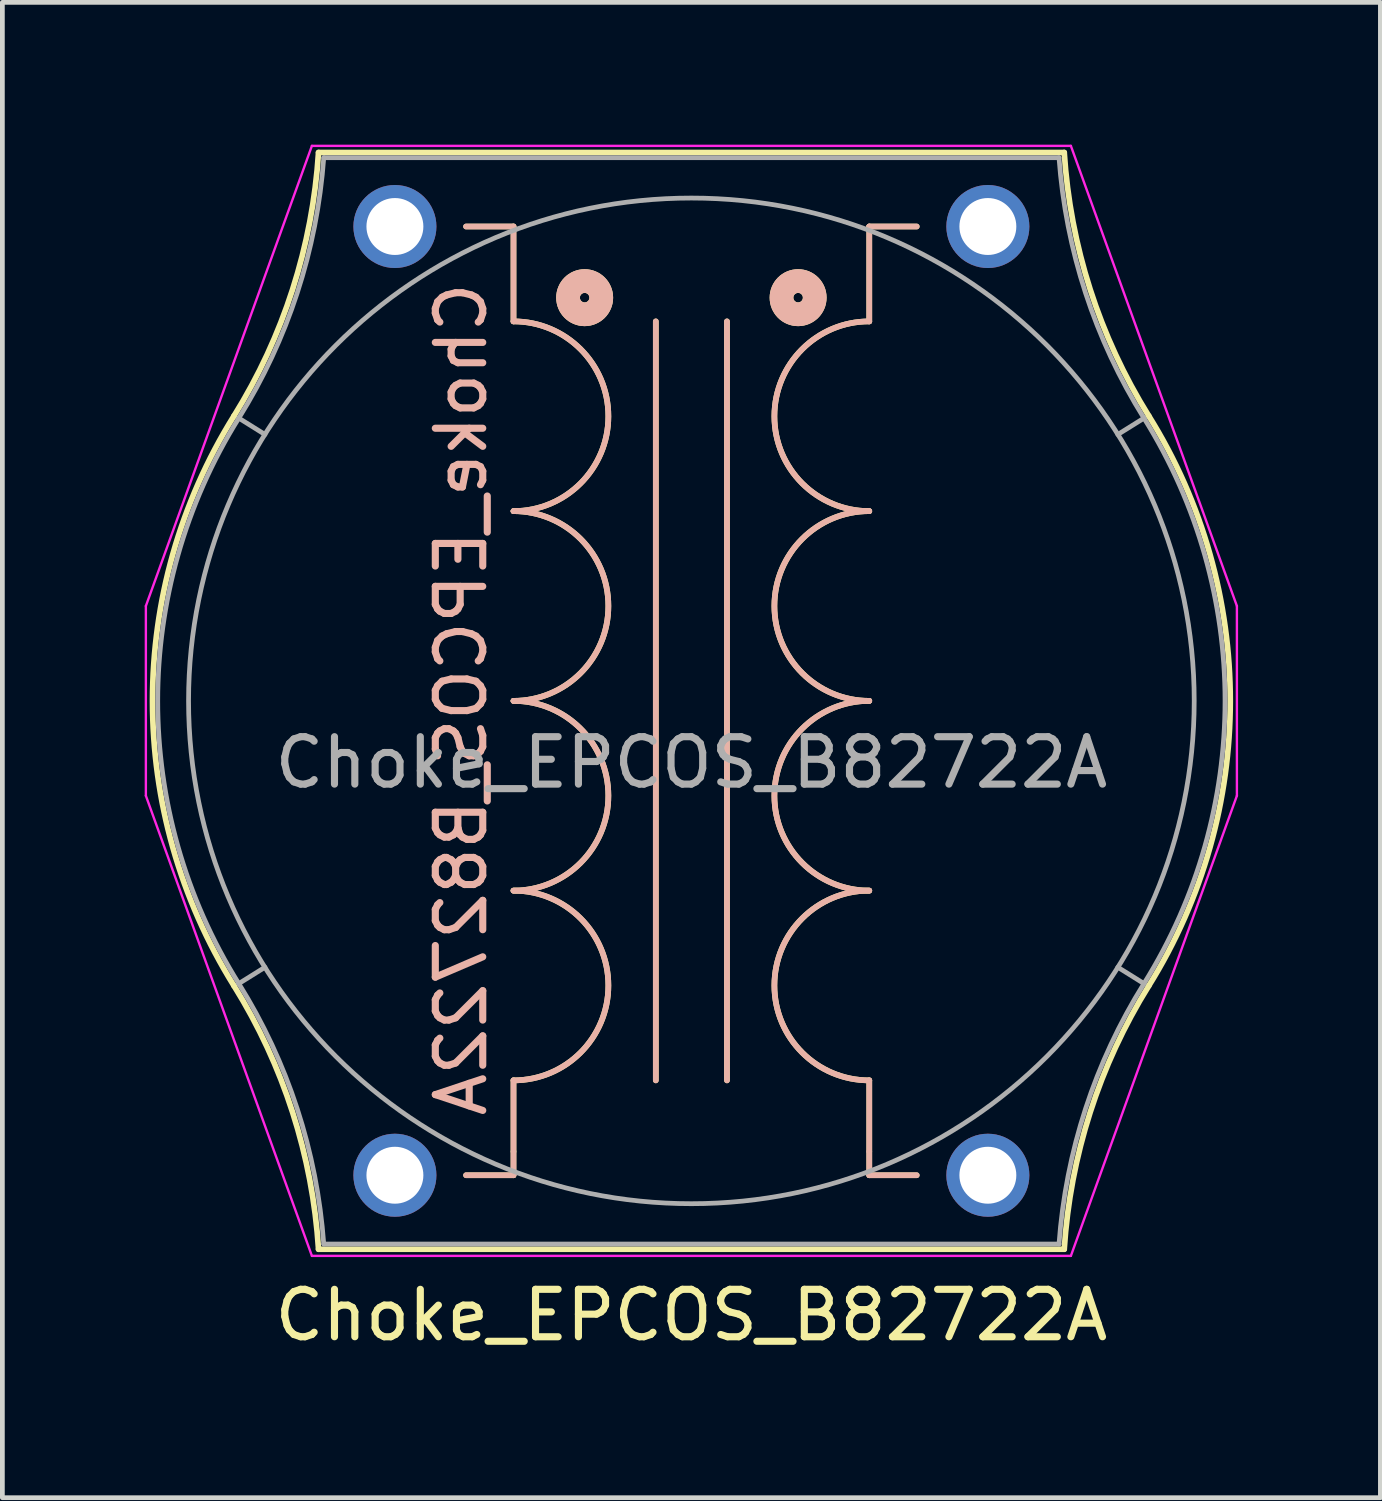
<source format=kicad_pcb>
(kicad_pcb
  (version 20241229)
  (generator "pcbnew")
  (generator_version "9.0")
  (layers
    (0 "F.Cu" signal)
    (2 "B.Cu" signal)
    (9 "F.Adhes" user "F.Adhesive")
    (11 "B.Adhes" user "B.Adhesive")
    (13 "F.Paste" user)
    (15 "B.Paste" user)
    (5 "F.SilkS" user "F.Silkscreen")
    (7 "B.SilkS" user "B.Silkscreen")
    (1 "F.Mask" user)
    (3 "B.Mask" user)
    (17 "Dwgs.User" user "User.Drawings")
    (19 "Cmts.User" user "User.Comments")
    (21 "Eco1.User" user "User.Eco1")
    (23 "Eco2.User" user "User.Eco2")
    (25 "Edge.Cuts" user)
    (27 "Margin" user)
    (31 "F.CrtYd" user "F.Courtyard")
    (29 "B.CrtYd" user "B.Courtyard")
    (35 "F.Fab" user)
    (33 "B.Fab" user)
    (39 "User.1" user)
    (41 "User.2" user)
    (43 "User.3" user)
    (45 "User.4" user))
  (footprint "Choke_EPCOS_B82722A"
    (layer "F.Cu")
    (at 5.275 21.725)
    (property "Reference" "Choke_EPCOS_B82722A" (at 6.25 2.95 180) (layer "F.SilkS") (effects (font (size 1 1) (thickness 0.15))))
    (attr through_hole)
    (fp_line (start -1.61 -21.56) (end 14.11 -21.56) (stroke (width 0.12) (type solid)) (layer "F.SilkS"))
    (fp_line (start -1.61 1.56) (end 14.11 1.56) (stroke (width 0.12) (type solid)) (layer "F.SilkS"))
    (fp_line (start 2.5 -20) (end 1.5 -20) (stroke (width 0.12) (type solid)) (layer "F.SilkS"))
    (fp_line (start 2.5 -18) (end 2.5 -20) (stroke (width 0.12) (type solid)) (layer "F.SilkS"))
    (fp_line (start 2.5 -2) (end 2.5 -0.5) (stroke (width 0.12) (type solid)) (layer "F.SilkS"))
    (fp_line (start 2.5 -0.5) (end 2.5 0) (stroke (width 0.12) (type solid)) (layer "F.SilkS"))
    (fp_line (start 2.5 0) (end 1.5 0) (stroke (width 0.12) (type solid)) (layer "F.SilkS"))
    (fp_line (start 5.5 -2) (end 5.5 -18) (stroke (width 0.12) (type solid)) (layer "F.SilkS"))
    (fp_line (start 7 -18) (end 7 -2) (stroke (width 0.12) (type solid)) (layer "F.SilkS"))
    (fp_line (start 10 -20) (end 11 -20) (stroke (width 0.12) (type solid)) (layer "F.SilkS"))
    (fp_line (start 10 -18) (end 10 -20) (stroke (width 0.12) (type solid)) (layer "F.SilkS"))
    (fp_line (start 10 -2) (end 10 0) (stroke (width 0.12) (type solid)) (layer "F.SilkS"))
    (fp_line (start 10 0) (end 11 0) (stroke (width 0.12) (type solid)) (layer "F.SilkS"))
    (fp_arc (start -3.392046 -3.993291) (mid -5.11 -10) (end -3.392046 -16.006709) (stroke (width 0.12) (type solid)) (layer "F.SilkS"))
    (fp_arc (start -3.392046 -3.993291) (mid -2.156889 -1.327078) (end -1.61 1.56) (stroke (width 0.12) (type solid)) (layer "F.SilkS"))
    (fp_arc (start -1.61 -21.56) (mid -2.156888 -18.672922) (end -3.392046 -16.006709) (stroke (width 0.12) (type solid)) (layer "F.SilkS"))
    (fp_arc (start 2.5 -18) (mid 4.5 -16) (end 2.5 -14) (stroke (width 0.12) (type solid)) (layer "F.SilkS"))
    (fp_arc (start 2.5 -14) (mid 4.5 -12) (end 2.5 -10) (stroke (width 0.12) (type solid)) (layer "F.SilkS"))
    (fp_arc (start 2.5 -10) (mid 4.5 -8) (end 2.5 -6) (stroke (width 0.12) (type solid)) (layer "F.SilkS"))
    (fp_arc (start 2.5 -6) (mid 4.5 -4) (end 2.5 -2) (stroke (width 0.12) (type solid)) (layer "F.SilkS"))
    (fp_arc (start 10 -14) (mid 8 -16) (end 10 -18) (stroke (width 0.12) (type solid)) (layer "F.SilkS"))
    (fp_arc (start 10 -10) (mid 8 -12) (end 10 -14) (stroke (width 0.12) (type solid)) (layer "F.SilkS"))
    (fp_arc (start 10 -6) (mid 8 -8) (end 10 -10) (stroke (width 0.12) (type solid)) (layer "F.SilkS"))
    (fp_arc (start 10 -2) (mid 8 -4) (end 10 -6) (stroke (width 0.12) (type solid)) (layer "F.SilkS"))
    (fp_arc (start 14.109999 1.56) (mid 14.656887 -1.327078) (end 15.892045 -3.993291) (stroke (width 0.12) (type solid)) (layer "F.SilkS"))
    (fp_arc (start 15.892045 -16.006709) (mid 17.609999 -10) (end 15.892045 -3.993291) (stroke (width 0.12) (type solid)) (layer "F.SilkS"))
    (fp_arc (start 15.892046 -16.00671) (mid 14.656889 -18.672923) (end 14.11 -21.56) (stroke (width 0.12) (type solid)) (layer "F.SilkS"))
    (fp_circle (center 4 -18.5) (end 4.1 -18.5) (stroke (width 0.5) (type solid)) (fill no) (layer "F.SilkS"))
    (fp_circle (center 8.5 -18.5) (end 8.6 -18.5) (stroke (width 0.5) (type solid)) (fill no) (layer "F.SilkS"))
    (fp_line (start 2.5 -20) (end 1.5 -20) (stroke (width 0.12) (type solid)) (layer "B.SilkS"))
    (fp_line (start 2.5 -18) (end 2.5 -20) (stroke (width 0.12) (type solid)) (layer "B.SilkS"))
    (fp_line (start 2.5 -2) (end 2.5 0) (stroke (width 0.12) (type solid)) (layer "B.SilkS"))
    (fp_line (start 2.5 0) (end 1.5 0) (stroke (width 0.12) (type solid)) (layer "B.SilkS"))
    (fp_line (start 5.5 -18) (end 5.5 -2) (stroke (width 0.12) (type solid)) (layer "B.SilkS"))
    (fp_line (start 7 -2) (end 7 -18) (stroke (width 0.12) (type solid)) (layer "B.SilkS"))
    (fp_line (start 10 -20) (end 11 -20) (stroke (width 0.12) (type solid)) (layer "B.SilkS"))
    (fp_line (start 10 -18) (end 10 -20) (stroke (width 0.12) (type solid)) (layer "B.SilkS"))
    (fp_line (start 10 -2) (end 10 -0.5) (stroke (width 0.12) (type solid)) (layer "B.SilkS"))
    (fp_line (start 10 -0.5) (end 10 0) (stroke (width 0.12) (type solid)) (layer "B.SilkS"))
    (fp_line (start 10 0) (end 11 0) (stroke (width 0.12) (type solid)) (layer "B.SilkS"))
    (fp_arc (start 2.5 -18) (mid 4.5 -16) (end 2.5 -14) (stroke (width 0.12) (type solid)) (layer "B.SilkS"))
    (fp_arc (start 2.5 -14) (mid 4.5 -12) (end 2.5 -10) (stroke (width 0.12) (type solid)) (layer "B.SilkS"))
    (fp_arc (start 2.5 -10) (mid 4.5 -8) (end 2.5 -6) (stroke (width 0.12) (type solid)) (layer "B.SilkS"))
    (fp_arc (start 2.5 -6) (mid 4.5 -4) (end 2.5 -2) (stroke (width 0.12) (type solid)) (layer "B.SilkS"))
    (fp_arc (start 10 -14) (mid 8 -16) (end 10 -18) (stroke (width 0.12) (type solid)) (layer "B.SilkS"))
    (fp_arc (start 10 -10) (mid 8 -12) (end 10 -14) (stroke (width 0.12) (type solid)) (layer "B.SilkS"))
    (fp_arc (start 10 -6) (mid 8 -8) (end 10 -10) (stroke (width 0.12) (type solid)) (layer "B.SilkS"))
    (fp_arc (start 10 -2) (mid 8 -4) (end 10 -6) (stroke (width 0.12) (type solid)) (layer "B.SilkS"))
    (fp_circle (center 4 -18.5) (end 3.9 -18.5) (stroke (width 0.5) (type solid)) (fill no) (layer "B.SilkS"))
    (fp_circle (center 8.5 -18.5) (end 8.4 -18.5) (stroke (width 0.5) (type solid)) (fill no) (layer "B.SilkS"))
    (fp_line (start -5.25 -12) (end -5.25 -8) (stroke (width 0.05) (type solid)) (layer "F.CrtYd"))
    (fp_line (start -5.25 -8) (end -1.75 1.7) (stroke (width 0.05) (type solid)) (layer "F.CrtYd"))
    (fp_line (start -1.75 -21.7) (end -5.25 -12) (stroke (width 0.05) (type solid)) (layer "F.CrtYd"))
    (fp_line (start -1.75 -21.7) (end 14.25 -21.7) (stroke (width 0.05) (type solid)) (layer "F.CrtYd"))
    (fp_line (start -1.75 1.7) (end 14.25 1.7) (stroke (width 0.05) (type solid)) (layer "F.CrtYd"))
    (fp_line (start 14.25 -21.7) (end 17.75 -12) (stroke (width 0.05) (type solid)) (layer "F.CrtYd"))
    (fp_line (start 17.75 -12) (end 17.75 -8) (stroke (width 0.05) (type solid)) (layer "F.CrtYd"))
    (fp_line (start 17.75 -8) (end 14.25 1.7) (stroke (width 0.05) (type solid)) (layer "F.CrtYd"))
    (fp_line (start -3.291 -4.04) (end -2.74 -4.384) (stroke (width 0.1) (type solid)) (layer "F.Fab"))
    (fp_line (start -2.74 -15.616) (end -3.291 -15.96) (stroke (width 0.1) (type solid)) (layer "F.Fab"))
    (fp_line (start -1.5 -21.45) (end 14 -21.45) (stroke (width 0.1) (type solid)) (layer "F.Fab"))
    (fp_line (start -1.5 1.45) (end 14 1.45) (stroke (width 0.1) (type solid)) (layer "F.Fab"))
    (fp_line (start 15.791 -15.96) (end 15.24 -15.616) (stroke (width 0.1) (type solid)) (layer "F.Fab"))
    (fp_line (start 15.791 -4.04) (end 15.24 -4.384) (stroke (width 0.1) (type solid)) (layer "F.Fab"))
    (fp_arc (start -3.29123 -4.039511) (mid -5 -10.000001) (end -3.291229 -15.96049) (stroke (width 0.1) (type solid)) (layer "F.Fab"))
    (fp_arc (start -3.291229 -4.03951) (mid -2.060501 -1.404103) (end -1.5 1.45) (stroke (width 0.1) (type solid)) (layer "F.Fab"))
    (fp_arc (start -1.499999 -21.45) (mid -2.0605 -18.595897) (end -3.291229 -15.96049) (stroke (width 0.1) (type solid)) (layer "F.Fab"))
    (fp_arc (start 14 1.449999) (mid 14.560501 -1.404104) (end 15.79123 -4.039511) (stroke (width 0.1) (type solid)) (layer "F.Fab"))
    (fp_arc (start 15.239959 -15.616106) (mid -2.739959 -4.383894) (end 15.239959 -15.616106) (stroke (width 0.1) (type solid)) (layer "F.Fab"))
    (fp_arc (start 15.791229 -15.960491) (mid 17.5 -10.000001) (end 15.79123 -4.039511) (stroke (width 0.1) (type solid)) (layer "F.Fab"))
    (fp_arc (start 15.79123 -15.96049) (mid 14.560501 -18.595897) (end 14 -21.45) (stroke (width 0.1) (type solid)) (layer "F.Fab"))
    (fp_text user "${REFERENCE}" (at 1.397 -10.033 90) (layer "B.SilkS") (effects (font (size 1 1) (thickness 0.15)) (justify mirror)))
    (fp_text user "${REFERENCE}" (at 6.25 -8.7 0) (layer "F.Fab") (effects (font (size 1 1) (thickness 0.15))))
    (pad "1" thru_hole circle (at 0 0) (size 1.75 1.75) (drill 1.2) (layers "*.Cu" "*.Mask"))
    (pad "2" thru_hole circle (at 0 -20) (size 1.75 1.75) (drill 1.2) (layers "*.Cu" "*.Mask"))
    (pad "3" thru_hole circle (at 12.5 0) (size 1.75 1.75) (drill 1.2) (layers "*.Cu" "*.Mask"))
    (pad "4" thru_hole circle (at 12.5 -20) (size 1.75 1.75) (drill 1.2) (layers "*.Cu" "*.Mask")))
  (gr_rect
    (start -3 -3)
    (end 26.05 28.523)
    (stroke (width 0.1) (type default))
    (fill no)
    (layer "Edge.Cuts")))
</source>
